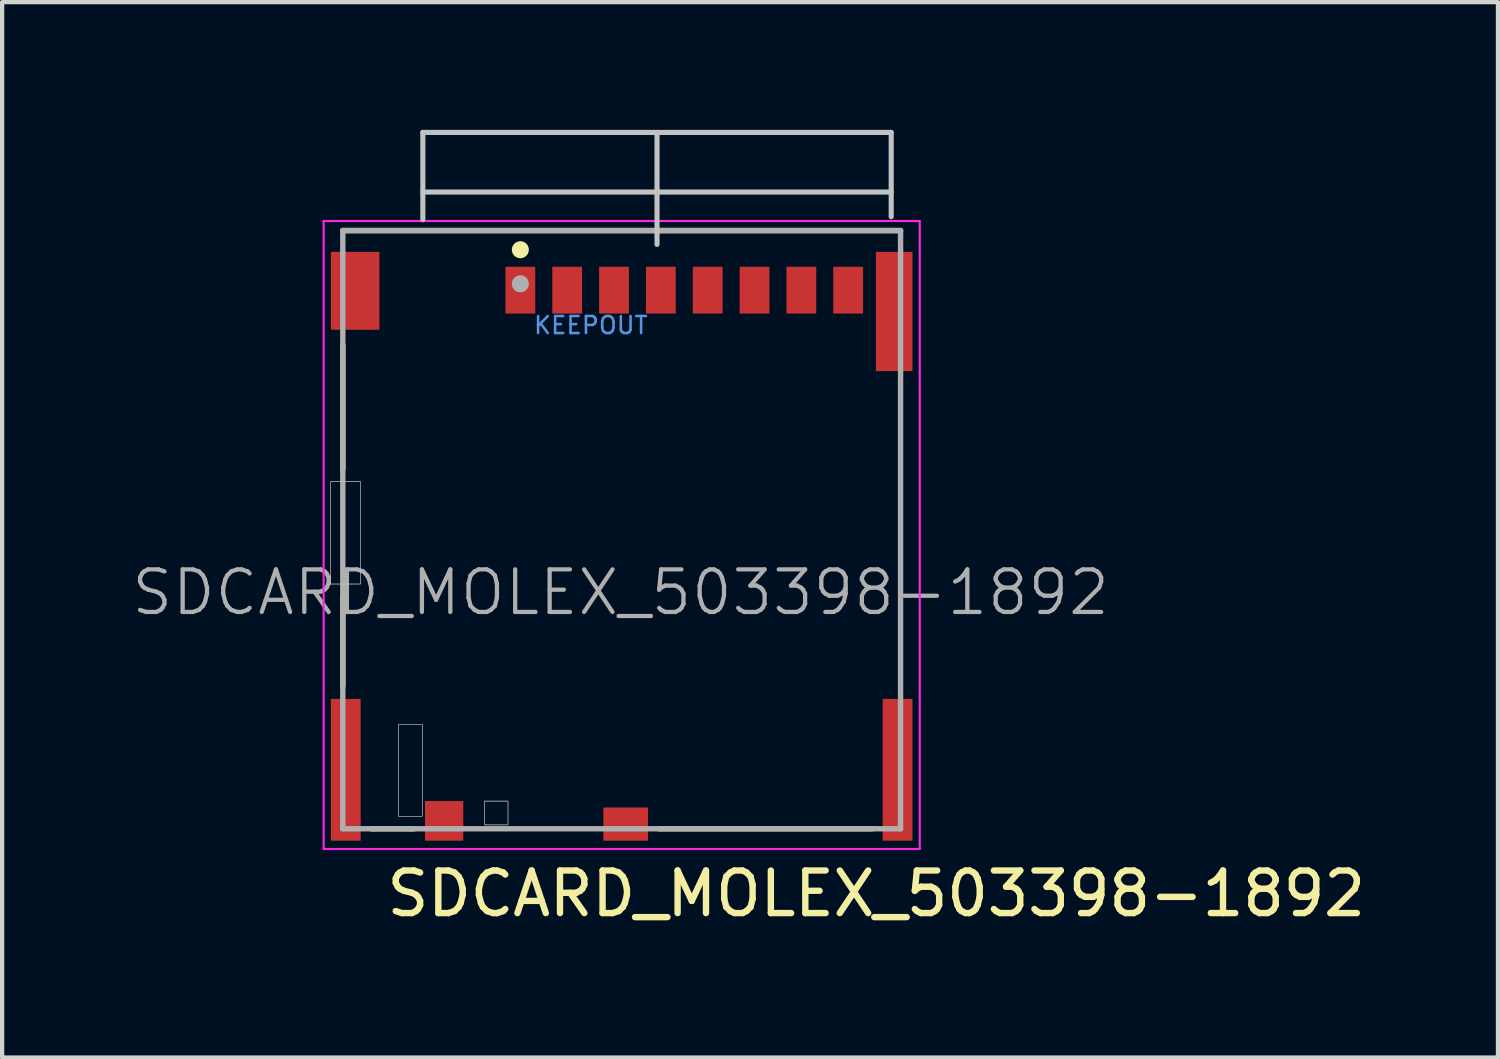
<source format=kicad_pcb>
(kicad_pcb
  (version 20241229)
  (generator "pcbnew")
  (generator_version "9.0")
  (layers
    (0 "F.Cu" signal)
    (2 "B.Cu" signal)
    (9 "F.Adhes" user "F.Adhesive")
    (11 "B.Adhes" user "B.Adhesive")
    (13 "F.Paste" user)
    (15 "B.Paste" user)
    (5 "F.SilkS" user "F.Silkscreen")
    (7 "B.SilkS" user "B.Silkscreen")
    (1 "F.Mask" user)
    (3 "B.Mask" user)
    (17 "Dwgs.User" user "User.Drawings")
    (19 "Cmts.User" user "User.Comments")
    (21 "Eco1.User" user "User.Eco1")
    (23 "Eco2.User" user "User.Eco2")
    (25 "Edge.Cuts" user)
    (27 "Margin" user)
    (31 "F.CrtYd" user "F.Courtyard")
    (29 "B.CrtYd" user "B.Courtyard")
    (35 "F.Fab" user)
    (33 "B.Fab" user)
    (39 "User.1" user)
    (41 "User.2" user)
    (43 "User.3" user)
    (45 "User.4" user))
  (footprint "SDCARD_MOLEX_503398-1892"
    (layer "F.Cu")
    (at 11.551 9.39)
    (property "Reference" "SDCARD_MOLEX_503398-1892" (at 5.98 8.55 0) (layer "F.SilkS") (effects (font (size 1 1) (thickness 0.15))))
    (attr smd)
    (fp_line (start -6.55 -7.025) (end 6.55 -7.025) (stroke (width 0.127) (type solid)) (layer "F.SilkS"))
    (fp_line (start -6.55 -4.325) (end -6.55 -1.425) (stroke (width 0.127) (type solid)) (layer "F.SilkS"))
    (fp_line (start -6.55 1.575) (end -6.55 3.675) (stroke (width 0.127) (type solid)) (layer "F.SilkS"))
    (fp_line (start -5.876 7.025) (end -4.874 7.025) (stroke (width 0.127) (type solid)) (layer "F.SilkS"))
    (fp_line (start 0.874 7.025) (end 5.876 7.025) (stroke (width 0.127) (type solid)) (layer "F.SilkS"))
    (fp_circle (center -2.38 -6.575) (end -2.28 -6.575) (stroke (width 0.2) (type solid)) (fill no) (layer "F.SilkS"))
    (fp_line (start -4.67 -9.33) (end -4.67 -7.28) (stroke (width 0.12) (type solid)) (layer "Dwgs.User"))
    (fp_line (start -4.67 -9.33) (end 6.33 -9.33) (stroke (width 0.12) (type solid)) (layer "Dwgs.User"))
    (fp_line (start -4.67 -7.93) (end 6.33 -7.93) (stroke (width 0.12) (type solid)) (layer "Dwgs.User"))
    (fp_line (start 0.83 -6.7) (end 0.83 -9.33) (stroke (width 0.12) (type solid)) (layer "Dwgs.User"))
    (fp_line (start 6.33 -9.33) (end 6.33 -7.35) (stroke (width 0.12) (type solid)) (layer "Dwgs.User"))
    (fp_poly (pts (xy -6.842 -1.125) (xy -6.13 -1.125) (xy -6.13 1.277) (xy -6.842 1.277)) (stroke (width 0.01) (type solid)) (fill no) (layer "Dwgs.User"))
    (fp_poly (pts (xy -6.836 -1.125) (xy -6.13 -1.125) (xy -6.13 1.276) (xy -6.836 1.276)) (stroke (width 0.01) (type solid)) (fill no) (layer "Dwgs.User"))
    (fp_poly (pts (xy -5.245 4.575) (xy -4.685 4.575) (xy -4.685 6.738) (xy -5.245 6.738)) (stroke (width 0.01) (type solid)) (fill no) (layer "Dwgs.User"))
    (fp_poly (pts (xy -5.239 4.575) (xy -4.685 4.575) (xy -4.685 6.73) (xy -5.239 6.73)) (stroke (width 0.01) (type solid)) (fill no) (layer "Dwgs.User"))
    (fp_poly (pts (xy -3.225 6.375) (xy -2.67 6.375) (xy -2.67 6.937) (xy -3.225 6.937)) (stroke (width 0.01) (type solid)) (fill no) (layer "Dwgs.User"))
    (fp_poly (pts (xy -3.223 6.375) (xy -2.67 6.375) (xy -2.67 6.93) (xy -3.223 6.93)) (stroke (width 0.01) (type solid)) (fill no) (layer "Dwgs.User"))
    (fp_poly (pts (xy -3.17 -3.725) (xy -3.17 1.275) (xy -3.82 1.275) (xy -3.82 3.875) (xy 0.57 3.875) (xy 0.57 5.125) (xy -1.73 5.125) (xy -1.73 7.305) (xy -0.43 7.305) (xy -0.43 6.525) (xy 6.13 6.525) (xy 6.13 3.975) (xy 6.83 3.975) (xy 6.83 -3.725)) (stroke (width 0.0001) (type solid)) (fill no) (layer "Dwgs.User"))
    (fp_poly (pts (xy -3.17 -3.725) (xy -3.17 1.275) (xy -3.82 1.275) (xy -3.82 3.875) (xy 0.57 3.875) (xy 0.57 5.125) (xy -1.73 5.125) (xy -1.73 7.305) (xy -0.43 7.305) (xy -0.43 6.525) (xy 6.13 6.525) (xy 6.13 3.975) (xy 6.83 3.975) (xy 6.83 -3.725)) (stroke (width 0.0001) (type solid)) (fill no) (layer "Dwgs.User"))
    (fp_line (start -7 -7.25) (end 7 -7.25) (stroke (width 0.05) (type solid)) (layer "F.CrtYd"))
    (fp_line (start -7 7.5) (end -7 -7.25) (stroke (width 0.05) (type solid)) (layer "F.CrtYd"))
    (fp_line (start 7 -7.25) (end 7 7.5) (stroke (width 0.05) (type solid)) (layer "F.CrtYd"))
    (fp_line (start 7 7.5) (end -7 7.5) (stroke (width 0.05) (type solid)) (layer "F.CrtYd"))
    (fp_line (start -6.55 -7.025) (end 6.55 -7.025) (stroke (width 0.127) (type solid)) (layer "F.Fab"))
    (fp_line (start -6.55 7.025) (end -6.55 -7.025) (stroke (width 0.127) (type solid)) (layer "F.Fab"))
    (fp_line (start 6.55 -7.025) (end 6.55 7.025) (stroke (width 0.127) (type solid)) (layer "F.Fab"))
    (fp_line (start 6.55 7.025) (end -6.55 7.025) (stroke (width 0.127) (type solid)) (layer "F.Fab"))
    (fp_circle (center -2.38 -5.775) (end -2.28 -5.775) (stroke (width 0.2) (type solid)) (fill no) (layer "F.Fab"))
    (fp_text user "KEEPOUT" (at -0.725 -4.8 0) (layer "Cmts.User") (effects (font (size 0.4 0.4) (thickness 0.06))))
    (fp_text user "${REFERENCE}" (at -0.025 1.475 0) (layer "F.Fab") (effects (font (size 1 1) (thickness 0.1))))
    (pad "1" smd rect (at -2.38 -5.625) (size 0.7 1.1) (layers "F.Cu" "F.Mask" "F.Paste"))
    (pad "2" smd rect (at -1.28 -5.625) (size 0.7 1.1) (layers "F.Cu" "F.Mask" "F.Paste"))
    (pad "3" smd rect (at -0.18 -5.625) (size 0.7 1.1) (layers "F.Cu" "F.Mask" "F.Paste"))
    (pad "4" smd rect (at 0.92 -5.625) (size 0.7 1.1) (layers "F.Cu" "F.Mask" "F.Paste"))
    (pad "5" smd rect (at 2.02 -5.625) (size 0.7 1.1) (layers "F.Cu" "F.Mask" "F.Paste"))
    (pad "6" smd rect (at 3.12 -5.625) (size 0.7 1.1) (layers "F.Cu" "F.Mask" "F.Paste"))
    (pad "7" smd rect (at 4.22 -5.625) (size 0.7 1.1) (layers "F.Cu" "F.Mask" "F.Paste"))
    (pad "8" smd rect (at 5.32 -5.625) (size 0.7 1.1) (layers "F.Cu" "F.Mask" "F.Paste"))
    (pad "9" smd rect (at -4.17 6.84) (size 0.9 0.93) (layers "F.Cu" "F.Mask" "F.Paste"))
    (pad "10" smd rect (at 0.095 6.915) (size 1.05 0.78) (layers "F.Cu" "F.Mask" "F.Paste"))
    (pad "11" smd rect (at -6.48 5.64) (size 0.7 3.33) (layers "F.Cu" "F.Mask" "F.Paste"))
    (pad "11" smd rect (at -6.26 -5.61) (size 1.14 1.83) (layers "F.Cu" "F.Mask" "F.Paste"))
    (pad "11" smd rect (at 6.4 -5.125) (size 0.86 2.8) (layers "F.Cu" "F.Mask" "F.Paste"))
    (pad "11" smd rect (at 6.48 5.64) (size 0.7 3.33) (layers "F.Cu" "F.Mask" "F.Paste")))
  (gr_rect
    (start -3 -3)
    (end 32.132 21.788)
    (stroke (width 0.1) (type default))
    (fill no)
    (layer "Edge.Cuts")))
</source>
